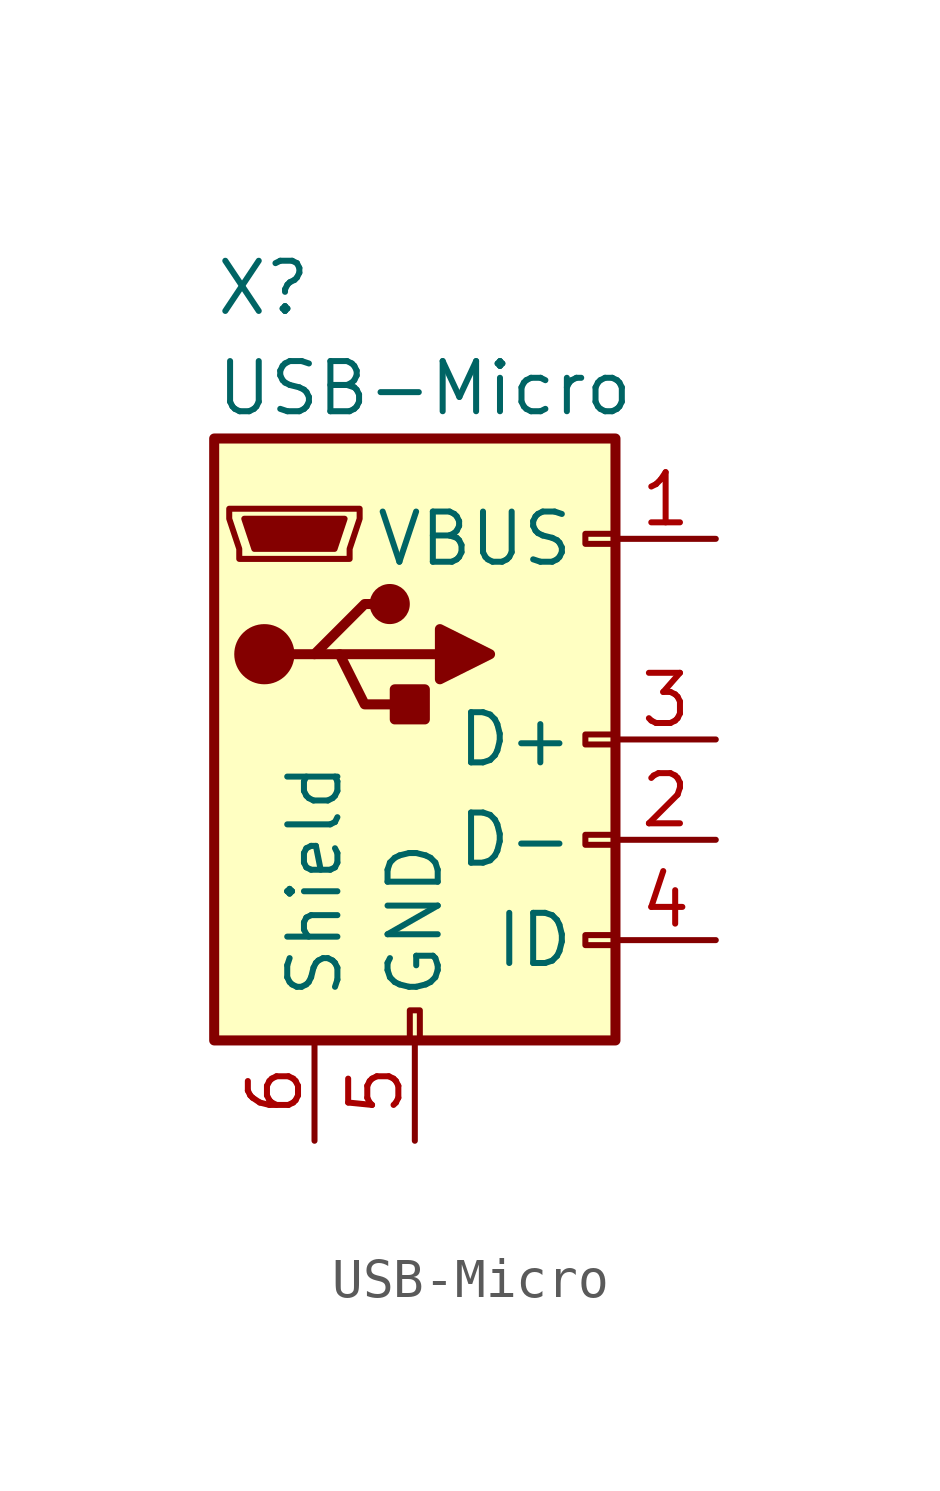
<source format=kicad_sym>
(kicad_symbol_lib
  (version 20220914)
  (generator kicad_db_lib)
  (symbol "USB-Micro"
    (pin_names
      (offset 1.016))
    (property "Reference" "X"
      (at -5.08 11.43 0)
      (effects (font (size 1.27 1.27)) (justify left)))
    (property "Value" "USB-Micro"
      (at -5.08 8.89 0)
      (effects (font (size 1.27 1.27)) (justify left)))
    (symbol "USB-Micro_0_1"
      (rectangle (start -5.08 -7.62) (end 5.08 7.62) (stroke (width 0.254) (type default)) (fill (type background)))
      (circle (center -3.81 2.159) (radius 0.635) (stroke (width 0.254) (type default)) (fill (type outline)))
      (circle (center -0.635 3.429) (radius 0.381) (stroke (width 0.254) (type default)) (fill (type outline)))
      (rectangle (start -0.127 -7.62) (end 0.127 -6.858) (stroke (width 0) (type default)) (fill (type none)))
      (polyline (pts (xy -1.905 2.159) (xy 0.635 2.159)) (stroke (width 0.254) (type default)) (fill (type none)))
      (polyline (pts (xy -3.175 2.159) (xy -2.54 2.159) (xy -1.27 3.429) (xy -0.635 3.429)) (stroke (width 0.254) (type default)) (fill (type none)))
      (polyline (pts (xy -2.54 2.159) (xy -1.905 2.159) (xy -1.27 0.889) (xy 0 0.889)) (stroke (width 0.254) (type default)) (fill (type none)))
      (polyline (pts (xy 0.635 2.794) (xy 0.635 1.524) (xy 1.905 2.159) (xy 0.635 2.794)) (stroke (width 0.254) (type default)) (fill (type outline)))
      (polyline (pts (xy -4.318 5.588) (xy -1.778 5.588) (xy -2.032 4.826) (xy -4.064 4.826) (xy -4.318 5.588)) (stroke (width 0) (type default)) (fill (type outline)))
      (polyline (pts (xy -4.699 5.842) (xy -4.699 5.588) (xy -4.445 4.826) (xy -4.445 4.572) (xy -1.651 4.572) (xy -1.651 4.826) (xy -1.397 5.588) (xy -1.397 5.842) (xy -4.699 5.842)) (stroke (width 0) (type default)) (fill (type none)))
      (rectangle (start 0.254 1.27) (end -0.508 0.508) (stroke (width 0.254) (type default)) (fill (type outline)))
      (rectangle (start 5.08 -5.207) (end 4.318 -4.953) (stroke (width 0) (type default)) (fill (type none)))
      (rectangle (start 5.08 -2.667) (end 4.318 -2.413) (stroke (width 0) (type default)) (fill (type none)))
      (rectangle (start 5.08 -0.127) (end 4.318 0.127) (stroke (width 0) (type default)) (fill (type none)))
      (rectangle (start 5.08 4.953) (end 4.318 5.207) (stroke (width 0) (type default)) (fill (type none))))
    (symbol "USB-Micro_1_1"
      (pin power_out line (at 7.62 5.08 180) (length 2.54) (name "VBUS" (effects (font (size 1.27 1.27)))) (number "1" (effects (font (size 1.27 1.27)))))
      (pin bidirectional line (at 7.62 -2.54 180) (length 2.54) (name "D-" (effects (font (size 1.27 1.27)))) (number "2" (effects (font (size 1.27 1.27)))))
      (pin bidirectional line (at 7.62 0 180) (length 2.54) (name "D+" (effects (font (size 1.27 1.27)))) (number "3" (effects (font (size 1.27 1.27)))))
      (pin passive line (at 7.62 -5.08 180) (length 2.54) (name "ID" (effects (font (size 1.27 1.27)))) (number "4" (effects (font (size 1.27 1.27)))))
      (pin power_out line (at 0 -10.16 90) (length 2.54) (name "GND" (effects (font (size 1.27 1.27)))) (number "5" (effects (font (size 1.27 1.27)))))
      (pin passive line (at -2.54 -10.16 90) (length 2.54) (name "Shield" (effects (font (size 1.27 1.27)))) (number "6" (effects (font (size 1.27 1.27))))))))
</source>
